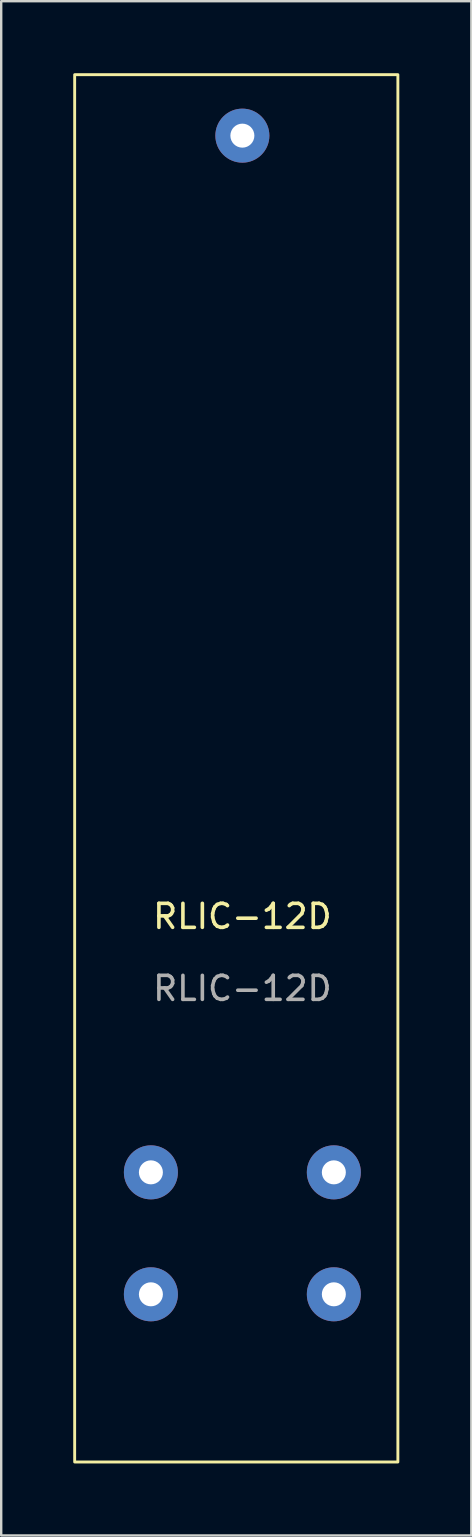
<source format=kicad_pcb>
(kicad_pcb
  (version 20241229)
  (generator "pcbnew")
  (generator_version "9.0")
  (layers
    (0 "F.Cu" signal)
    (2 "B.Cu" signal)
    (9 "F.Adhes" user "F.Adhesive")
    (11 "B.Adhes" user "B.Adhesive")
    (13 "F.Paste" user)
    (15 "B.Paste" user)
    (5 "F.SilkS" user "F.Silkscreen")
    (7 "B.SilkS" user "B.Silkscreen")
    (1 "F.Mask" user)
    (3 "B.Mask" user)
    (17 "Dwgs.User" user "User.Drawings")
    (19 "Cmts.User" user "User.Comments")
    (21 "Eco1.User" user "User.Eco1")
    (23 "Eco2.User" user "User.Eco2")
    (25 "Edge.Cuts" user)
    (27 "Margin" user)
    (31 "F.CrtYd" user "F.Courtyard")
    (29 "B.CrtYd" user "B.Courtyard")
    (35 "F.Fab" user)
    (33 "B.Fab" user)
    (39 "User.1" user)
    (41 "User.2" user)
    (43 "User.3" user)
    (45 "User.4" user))
  (footprint "RLIC-12D"
    (layer "F.Cu")
    (at 7.045 35.62)
    (property "Reference" "RLIC-12D" (at 0 -0.5 0) (unlocked yes) (layer "F.SilkS") (effects (font (size 1 1) (thickness 0.15))))
    (attr through_hole)
    (fp_rect (start -6.985 -35.56) (end 6.477 22.225) (stroke (width 0.12) (type default)) (fill no) (layer "F.SilkS"))
    (fp_text user "${REFERENCE}" (at 0 2.5 0) (unlocked yes) (layer "F.Fab") (effects (font (size 1 1) (thickness 0.15))))
    (pad "1" thru_hole circle (at -3.81 15.24) (size 2.25 2.25) (drill 1) (layers "*.Cu" "*.Mask"))
    (pad "2" thru_hole circle (at 3.81 15.24) (size 2.25 2.25) (drill 1) (layers "*.Cu" "*.Mask"))
    (pad "3" thru_hole circle (at -3.81 10.16) (size 2.25 2.25) (drill 1) (layers "*.Cu" "*.Mask"))
    (pad "4" thru_hole circle (at 3.81 10.16) (size 2.25 2.25) (drill 1) (layers "*.Cu" "*.Mask"))
    (pad "5" thru_hole circle (at 0 -33.02) (size 2.25 2.25) (drill 1) (layers "*.Cu" "*.Mask")))
  (gr_rect
    (start -3 -3)
    (end 16.582 60.905)
    (stroke (width 0.1) (type default))
    (fill no)
    (layer "Edge.Cuts")))
</source>
